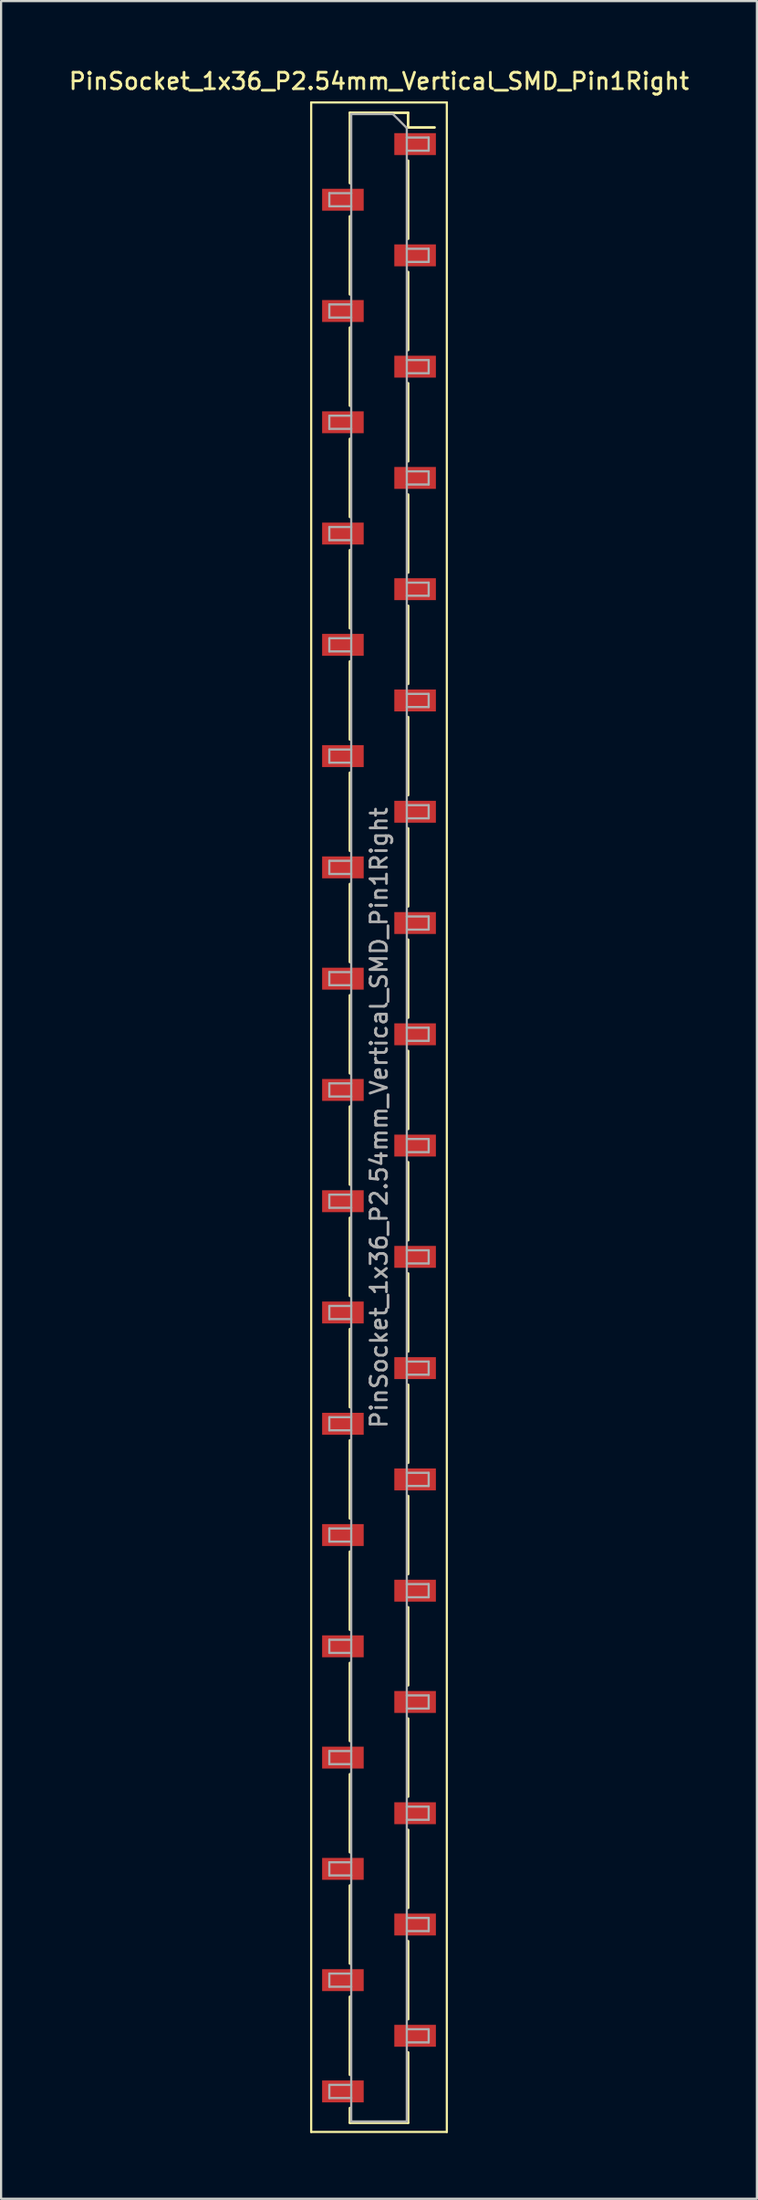
<source format=kicad_pcb>
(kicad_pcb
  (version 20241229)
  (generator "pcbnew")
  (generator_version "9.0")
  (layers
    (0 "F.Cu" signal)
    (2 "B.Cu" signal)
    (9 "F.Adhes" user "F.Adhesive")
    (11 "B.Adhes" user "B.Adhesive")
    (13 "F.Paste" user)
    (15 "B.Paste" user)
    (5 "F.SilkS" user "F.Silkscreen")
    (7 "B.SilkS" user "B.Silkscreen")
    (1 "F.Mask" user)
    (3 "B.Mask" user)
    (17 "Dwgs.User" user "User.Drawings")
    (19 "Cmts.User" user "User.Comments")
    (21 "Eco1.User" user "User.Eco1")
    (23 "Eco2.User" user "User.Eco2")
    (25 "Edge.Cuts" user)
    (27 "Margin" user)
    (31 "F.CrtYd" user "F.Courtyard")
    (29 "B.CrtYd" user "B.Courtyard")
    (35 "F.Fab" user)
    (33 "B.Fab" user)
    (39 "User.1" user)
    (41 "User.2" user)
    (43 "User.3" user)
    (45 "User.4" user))
  (footprint "PinSocket_1x36_P2.54mm_Vertical_SMD_Pin1Right"
    (layer "F.Cu")
    (at 14.273 47.978)
    (property "Reference" "PinSocket_1x36_P2.54mm_Vertical_SMD_Pin1Right" (at 0 -47.32 0) (layer "F.SilkS") (effects (font (size 0.75 0.75) (thickness 0.125))))
    (attr smd)
    (fp_line (start -3.1 -46.35) (end 3.1 -46.35) (stroke (width 0.1) (type solid)) (layer "F.SilkS"))
    (fp_line (start -3.1 46.3) (end -3.1 -46.35) (stroke (width 0.1) (type solid)) (layer "F.SilkS"))
    (fp_line (start -1.33 -45.88) (end -1.33 -42.67) (stroke (width 0.12) (type solid)) (layer "F.SilkS"))
    (fp_line (start -1.33 -45.88) (end 1.33 -45.88) (stroke (width 0.12) (type solid)) (layer "F.SilkS"))
    (fp_line (start -1.33 -41.15) (end -1.33 -37.59) (stroke (width 0.12) (type solid)) (layer "F.SilkS"))
    (fp_line (start -1.33 -36.07) (end -1.33 -32.51) (stroke (width 0.12) (type solid)) (layer "F.SilkS"))
    (fp_line (start -1.33 -30.99) (end -1.33 -27.43) (stroke (width 0.12) (type solid)) (layer "F.SilkS"))
    (fp_line (start -1.33 -25.91) (end -1.33 -22.35) (stroke (width 0.12) (type solid)) (layer "F.SilkS"))
    (fp_line (start -1.33 -20.83) (end -1.33 -17.27) (stroke (width 0.12) (type solid)) (layer "F.SilkS"))
    (fp_line (start -1.33 -15.75) (end -1.33 -12.19) (stroke (width 0.12) (type solid)) (layer "F.SilkS"))
    (fp_line (start -1.33 -10.67) (end -1.33 -7.11) (stroke (width 0.12) (type solid)) (layer "F.SilkS"))
    (fp_line (start -1.33 -5.59) (end -1.33 -2.03) (stroke (width 0.12) (type solid)) (layer "F.SilkS"))
    (fp_line (start -1.33 -0.51) (end -1.33 3.05) (stroke (width 0.12) (type solid)) (layer "F.SilkS"))
    (fp_line (start -1.33 4.57) (end -1.33 8.13) (stroke (width 0.12) (type solid)) (layer "F.SilkS"))
    (fp_line (start -1.33 9.65) (end -1.33 13.21) (stroke (width 0.12) (type solid)) (layer "F.SilkS"))
    (fp_line (start -1.33 14.73) (end -1.33 18.29) (stroke (width 0.12) (type solid)) (layer "F.SilkS"))
    (fp_line (start -1.33 19.81) (end -1.33 23.37) (stroke (width 0.12) (type solid)) (layer "F.SilkS"))
    (fp_line (start -1.33 24.89) (end -1.33 28.45) (stroke (width 0.12) (type solid)) (layer "F.SilkS"))
    (fp_line (start -1.33 29.97) (end -1.33 33.53) (stroke (width 0.12) (type solid)) (layer "F.SilkS"))
    (fp_line (start -1.33 35.05) (end -1.33 38.61) (stroke (width 0.12) (type solid)) (layer "F.SilkS"))
    (fp_line (start -1.33 40.13) (end -1.33 43.69) (stroke (width 0.12) (type solid)) (layer "F.SilkS"))
    (fp_line (start -1.33 45.21) (end -1.33 45.88) (stroke (width 0.12) (type solid)) (layer "F.SilkS"))
    (fp_line (start -1.33 45.88) (end 1.33 45.88) (stroke (width 0.12) (type solid)) (layer "F.SilkS"))
    (fp_line (start 1.33 -45.88) (end 1.33 -45.21) (stroke (width 0.12) (type solid)) (layer "F.SilkS"))
    (fp_line (start 1.33 -45.21) (end 2.54 -45.21) (stroke (width 0.12) (type solid)) (layer "F.SilkS"))
    (fp_line (start 1.33 -43.69) (end 1.33 -40.13) (stroke (width 0.12) (type solid)) (layer "F.SilkS"))
    (fp_line (start 1.33 -38.61) (end 1.33 -35.05) (stroke (width 0.12) (type solid)) (layer "F.SilkS"))
    (fp_line (start 1.33 -33.53) (end 1.33 -29.97) (stroke (width 0.12) (type solid)) (layer "F.SilkS"))
    (fp_line (start 1.33 -28.45) (end 1.33 -24.89) (stroke (width 0.12) (type solid)) (layer "F.SilkS"))
    (fp_line (start 1.33 -23.37) (end 1.33 -19.81) (stroke (width 0.12) (type solid)) (layer "F.SilkS"))
    (fp_line (start 1.33 -18.29) (end 1.33 -14.73) (stroke (width 0.12) (type solid)) (layer "F.SilkS"))
    (fp_line (start 1.33 -13.21) (end 1.33 -9.65) (stroke (width 0.12) (type solid)) (layer "F.SilkS"))
    (fp_line (start 1.33 -8.13) (end 1.33 -4.57) (stroke (width 0.12) (type solid)) (layer "F.SilkS"))
    (fp_line (start 1.33 -3.05) (end 1.33 0.51) (stroke (width 0.12) (type solid)) (layer "F.SilkS"))
    (fp_line (start 1.33 2.03) (end 1.33 5.59) (stroke (width 0.12) (type solid)) (layer "F.SilkS"))
    (fp_line (start 1.33 7.11) (end 1.33 10.67) (stroke (width 0.12) (type solid)) (layer "F.SilkS"))
    (fp_line (start 1.33 12.19) (end 1.33 15.75) (stroke (width 0.12) (type solid)) (layer "F.SilkS"))
    (fp_line (start 1.33 17.27) (end 1.33 20.83) (stroke (width 0.12) (type solid)) (layer "F.SilkS"))
    (fp_line (start 1.33 22.35) (end 1.33 25.91) (stroke (width 0.12) (type solid)) (layer "F.SilkS"))
    (fp_line (start 1.33 27.43) (end 1.33 30.99) (stroke (width 0.12) (type solid)) (layer "F.SilkS"))
    (fp_line (start 1.33 32.51) (end 1.33 36.07) (stroke (width 0.12) (type solid)) (layer "F.SilkS"))
    (fp_line (start 1.33 37.59) (end 1.33 41.15) (stroke (width 0.12) (type solid)) (layer "F.SilkS"))
    (fp_line (start 1.33 42.67) (end 1.33 45.88) (stroke (width 0.12) (type solid)) (layer "F.SilkS"))
    (fp_line (start 3.1 -46.35) (end 3.1 46.3) (stroke (width 0.1) (type solid)) (layer "F.SilkS"))
    (fp_line (start 3.1 46.3) (end -3.1 46.3) (stroke (width 0.1) (type solid)) (layer "F.SilkS"))
    (fp_line (start -2.27 -42.21) (end -1.27 -42.21) (stroke (width 0.1) (type solid)) (layer "F.Fab"))
    (fp_line (start -2.27 -41.61) (end -2.27 -42.21) (stroke (width 0.1) (type solid)) (layer "F.Fab"))
    (fp_line (start -2.27 -37.13) (end -1.27 -37.13) (stroke (width 0.1) (type solid)) (layer "F.Fab"))
    (fp_line (start -2.27 -36.53) (end -2.27 -37.13) (stroke (width 0.1) (type solid)) (layer "F.Fab"))
    (fp_line (start -2.27 -32.05) (end -1.27 -32.05) (stroke (width 0.1) (type solid)) (layer "F.Fab"))
    (fp_line (start -2.27 -31.45) (end -2.27 -32.05) (stroke (width 0.1) (type solid)) (layer "F.Fab"))
    (fp_line (start -2.27 -26.97) (end -1.27 -26.97) (stroke (width 0.1) (type solid)) (layer "F.Fab"))
    (fp_line (start -2.27 -26.37) (end -2.27 -26.97) (stroke (width 0.1) (type solid)) (layer "F.Fab"))
    (fp_line (start -2.27 -21.89) (end -1.27 -21.89) (stroke (width 0.1) (type solid)) (layer "F.Fab"))
    (fp_line (start -2.27 -21.29) (end -2.27 -21.89) (stroke (width 0.1) (type solid)) (layer "F.Fab"))
    (fp_line (start -2.27 -16.81) (end -1.27 -16.81) (stroke (width 0.1) (type solid)) (layer "F.Fab"))
    (fp_line (start -2.27 -16.21) (end -2.27 -16.81) (stroke (width 0.1) (type solid)) (layer "F.Fab"))
    (fp_line (start -2.27 -11.73) (end -1.27 -11.73) (stroke (width 0.1) (type solid)) (layer "F.Fab"))
    (fp_line (start -2.27 -11.13) (end -2.27 -11.73) (stroke (width 0.1) (type solid)) (layer "F.Fab"))
    (fp_line (start -2.27 -6.65) (end -1.27 -6.65) (stroke (width 0.1) (type solid)) (layer "F.Fab"))
    (fp_line (start -2.27 -6.05) (end -2.27 -6.65) (stroke (width 0.1) (type solid)) (layer "F.Fab"))
    (fp_line (start -2.27 -1.57) (end -1.27 -1.57) (stroke (width 0.1) (type solid)) (layer "F.Fab"))
    (fp_line (start -2.27 -0.97) (end -2.27 -1.57) (stroke (width 0.1) (type solid)) (layer "F.Fab"))
    (fp_line (start -2.27 3.51) (end -1.27 3.51) (stroke (width 0.1) (type solid)) (layer "F.Fab"))
    (fp_line (start -2.27 4.11) (end -2.27 3.51) (stroke (width 0.1) (type solid)) (layer "F.Fab"))
    (fp_line (start -2.27 8.59) (end -1.27 8.59) (stroke (width 0.1) (type solid)) (layer "F.Fab"))
    (fp_line (start -2.27 9.19) (end -2.27 8.59) (stroke (width 0.1) (type solid)) (layer "F.Fab"))
    (fp_line (start -2.27 13.67) (end -1.27 13.67) (stroke (width 0.1) (type solid)) (layer "F.Fab"))
    (fp_line (start -2.27 14.27) (end -2.27 13.67) (stroke (width 0.1) (type solid)) (layer "F.Fab"))
    (fp_line (start -2.27 18.75) (end -1.27 18.75) (stroke (width 0.1) (type solid)) (layer "F.Fab"))
    (fp_line (start -2.27 19.35) (end -2.27 18.75) (stroke (width 0.1) (type solid)) (layer "F.Fab"))
    (fp_line (start -2.27 23.83) (end -1.27 23.83) (stroke (width 0.1) (type solid)) (layer "F.Fab"))
    (fp_line (start -2.27 24.43) (end -2.27 23.83) (stroke (width 0.1) (type solid)) (layer "F.Fab"))
    (fp_line (start -2.27 28.91) (end -1.27 28.91) (stroke (width 0.1) (type solid)) (layer "F.Fab"))
    (fp_line (start -2.27 29.51) (end -2.27 28.91) (stroke (width 0.1) (type solid)) (layer "F.Fab"))
    (fp_line (start -2.27 33.99) (end -1.27 33.99) (stroke (width 0.1) (type solid)) (layer "F.Fab"))
    (fp_line (start -2.27 34.59) (end -2.27 33.99) (stroke (width 0.1) (type solid)) (layer "F.Fab"))
    (fp_line (start -2.27 39.07) (end -1.27 39.07) (stroke (width 0.1) (type solid)) (layer "F.Fab"))
    (fp_line (start -2.27 39.67) (end -2.27 39.07) (stroke (width 0.1) (type solid)) (layer "F.Fab"))
    (fp_line (start -2.27 44.15) (end -1.27 44.15) (stroke (width 0.1) (type solid)) (layer "F.Fab"))
    (fp_line (start -2.27 44.75) (end -2.27 44.15) (stroke (width 0.1) (type solid)) (layer "F.Fab"))
    (fp_line (start -1.27 -45.82) (end 0.635 -45.82) (stroke (width 0.1) (type solid)) (layer "F.Fab"))
    (fp_line (start -1.27 -41.61) (end -2.27 -41.61) (stroke (width 0.1) (type solid)) (layer "F.Fab"))
    (fp_line (start -1.27 -36.53) (end -2.27 -36.53) (stroke (width 0.1) (type solid)) (layer "F.Fab"))
    (fp_line (start -1.27 -31.45) (end -2.27 -31.45) (stroke (width 0.1) (type solid)) (layer "F.Fab"))
    (fp_line (start -1.27 -26.37) (end -2.27 -26.37) (stroke (width 0.1) (type solid)) (layer "F.Fab"))
    (fp_line (start -1.27 -21.29) (end -2.27 -21.29) (stroke (width 0.1) (type solid)) (layer "F.Fab"))
    (fp_line (start -1.27 -16.21) (end -2.27 -16.21) (stroke (width 0.1) (type solid)) (layer "F.Fab"))
    (fp_line (start -1.27 -11.13) (end -2.27 -11.13) (stroke (width 0.1) (type solid)) (layer "F.Fab"))
    (fp_line (start -1.27 -6.05) (end -2.27 -6.05) (stroke (width 0.1) (type solid)) (layer "F.Fab"))
    (fp_line (start -1.27 -0.97) (end -2.27 -0.97) (stroke (width 0.1) (type solid)) (layer "F.Fab"))
    (fp_line (start -1.27 4.11) (end -2.27 4.11) (stroke (width 0.1) (type solid)) (layer "F.Fab"))
    (fp_line (start -1.27 9.19) (end -2.27 9.19) (stroke (width 0.1) (type solid)) (layer "F.Fab"))
    (fp_line (start -1.27 14.27) (end -2.27 14.27) (stroke (width 0.1) (type solid)) (layer "F.Fab"))
    (fp_line (start -1.27 19.35) (end -2.27 19.35) (stroke (width 0.1) (type solid)) (layer "F.Fab"))
    (fp_line (start -1.27 24.43) (end -2.27 24.43) (stroke (width 0.1) (type solid)) (layer "F.Fab"))
    (fp_line (start -1.27 29.51) (end -2.27 29.51) (stroke (width 0.1) (type solid)) (layer "F.Fab"))
    (fp_line (start -1.27 34.59) (end -2.27 34.59) (stroke (width 0.1) (type solid)) (layer "F.Fab"))
    (fp_line (start -1.27 39.67) (end -2.27 39.67) (stroke (width 0.1) (type solid)) (layer "F.Fab"))
    (fp_line (start -1.27 44.75) (end -2.27 44.75) (stroke (width 0.1) (type solid)) (layer "F.Fab"))
    (fp_line (start -1.27 45.82) (end -1.27 -45.82) (stroke (width 0.1) (type solid)) (layer "F.Fab"))
    (fp_line (start 0.635 -45.82) (end 1.27 -45.185) (stroke (width 0.1) (type solid)) (layer "F.Fab"))
    (fp_line (start 1.27 -45.185) (end 1.27 45.82) (stroke (width 0.1) (type solid)) (layer "F.Fab"))
    (fp_line (start 1.27 -44.75) (end 2.27 -44.75) (stroke (width 0.1) (type solid)) (layer "F.Fab"))
    (fp_line (start 1.27 -39.67) (end 2.27 -39.67) (stroke (width 0.1) (type solid)) (layer "F.Fab"))
    (fp_line (start 1.27 -34.59) (end 2.27 -34.59) (stroke (width 0.1) (type solid)) (layer "F.Fab"))
    (fp_line (start 1.27 -29.51) (end 2.27 -29.51) (stroke (width 0.1) (type solid)) (layer "F.Fab"))
    (fp_line (start 1.27 -24.43) (end 2.27 -24.43) (stroke (width 0.1) (type solid)) (layer "F.Fab"))
    (fp_line (start 1.27 -19.35) (end 2.27 -19.35) (stroke (width 0.1) (type solid)) (layer "F.Fab"))
    (fp_line (start 1.27 -14.27) (end 2.27 -14.27) (stroke (width 0.1) (type solid)) (layer "F.Fab"))
    (fp_line (start 1.27 -9.19) (end 2.27 -9.19) (stroke (width 0.1) (type solid)) (layer "F.Fab"))
    (fp_line (start 1.27 -4.11) (end 2.27 -4.11) (stroke (width 0.1) (type solid)) (layer "F.Fab"))
    (fp_line (start 1.27 0.97) (end 2.27 0.97) (stroke (width 0.1) (type solid)) (layer "F.Fab"))
    (fp_line (start 1.27 6.05) (end 2.27 6.05) (stroke (width 0.1) (type solid)) (layer "F.Fab"))
    (fp_line (start 1.27 11.13) (end 2.27 11.13) (stroke (width 0.1) (type solid)) (layer "F.Fab"))
    (fp_line (start 1.27 16.21) (end 2.27 16.21) (stroke (width 0.1) (type solid)) (layer "F.Fab"))
    (fp_line (start 1.27 21.29) (end 2.27 21.29) (stroke (width 0.1) (type solid)) (layer "F.Fab"))
    (fp_line (start 1.27 26.37) (end 2.27 26.37) (stroke (width 0.1) (type solid)) (layer "F.Fab"))
    (fp_line (start 1.27 31.45) (end 2.27 31.45) (stroke (width 0.1) (type solid)) (layer "F.Fab"))
    (fp_line (start 1.27 36.53) (end 2.27 36.53) (stroke (width 0.1) (type solid)) (layer "F.Fab"))
    (fp_line (start 1.27 41.61) (end 2.27 41.61) (stroke (width 0.1) (type solid)) (layer "F.Fab"))
    (fp_line (start 1.27 45.82) (end -1.27 45.82) (stroke (width 0.1) (type solid)) (layer "F.Fab"))
    (fp_line (start 2.27 -44.75) (end 2.27 -44.15) (stroke (width 0.1) (type solid)) (layer "F.Fab"))
    (fp_line (start 2.27 -44.15) (end 1.27 -44.15) (stroke (width 0.1) (type solid)) (layer "F.Fab"))
    (fp_line (start 2.27 -39.67) (end 2.27 -39.07) (stroke (width 0.1) (type solid)) (layer "F.Fab"))
    (fp_line (start 2.27 -39.07) (end 1.27 -39.07) (stroke (width 0.1) (type solid)) (layer "F.Fab"))
    (fp_line (start 2.27 -34.59) (end 2.27 -33.99) (stroke (width 0.1) (type solid)) (layer "F.Fab"))
    (fp_line (start 2.27 -33.99) (end 1.27 -33.99) (stroke (width 0.1) (type solid)) (layer "F.Fab"))
    (fp_line (start 2.27 -29.51) (end 2.27 -28.91) (stroke (width 0.1) (type solid)) (layer "F.Fab"))
    (fp_line (start 2.27 -28.91) (end 1.27 -28.91) (stroke (width 0.1) (type solid)) (layer "F.Fab"))
    (fp_line (start 2.27 -24.43) (end 2.27 -23.83) (stroke (width 0.1) (type solid)) (layer "F.Fab"))
    (fp_line (start 2.27 -23.83) (end 1.27 -23.83) (stroke (width 0.1) (type solid)) (layer "F.Fab"))
    (fp_line (start 2.27 -19.35) (end 2.27 -18.75) (stroke (width 0.1) (type solid)) (layer "F.Fab"))
    (fp_line (start 2.27 -18.75) (end 1.27 -18.75) (stroke (width 0.1) (type solid)) (layer "F.Fab"))
    (fp_line (start 2.27 -14.27) (end 2.27 -13.67) (stroke (width 0.1) (type solid)) (layer "F.Fab"))
    (fp_line (start 2.27 -13.67) (end 1.27 -13.67) (stroke (width 0.1) (type solid)) (layer "F.Fab"))
    (fp_line (start 2.27 -9.19) (end 2.27 -8.59) (stroke (width 0.1) (type solid)) (layer "F.Fab"))
    (fp_line (start 2.27 -8.59) (end 1.27 -8.59) (stroke (width 0.1) (type solid)) (layer "F.Fab"))
    (fp_line (start 2.27 -4.11) (end 2.27 -3.51) (stroke (width 0.1) (type solid)) (layer "F.Fab"))
    (fp_line (start 2.27 -3.51) (end 1.27 -3.51) (stroke (width 0.1) (type solid)) (layer "F.Fab"))
    (fp_line (start 2.27 0.97) (end 2.27 1.57) (stroke (width 0.1) (type solid)) (layer "F.Fab"))
    (fp_line (start 2.27 1.57) (end 1.27 1.57) (stroke (width 0.1) (type solid)) (layer "F.Fab"))
    (fp_line (start 2.27 6.05) (end 2.27 6.65) (stroke (width 0.1) (type solid)) (layer "F.Fab"))
    (fp_line (start 2.27 6.65) (end 1.27 6.65) (stroke (width 0.1) (type solid)) (layer "F.Fab"))
    (fp_line (start 2.27 11.13) (end 2.27 11.73) (stroke (width 0.1) (type solid)) (layer "F.Fab"))
    (fp_line (start 2.27 11.73) (end 1.27 11.73) (stroke (width 0.1) (type solid)) (layer "F.Fab"))
    (fp_line (start 2.27 16.21) (end 2.27 16.81) (stroke (width 0.1) (type solid)) (layer "F.Fab"))
    (fp_line (start 2.27 16.81) (end 1.27 16.81) (stroke (width 0.1) (type solid)) (layer "F.Fab"))
    (fp_line (start 2.27 21.29) (end 2.27 21.89) (stroke (width 0.1) (type solid)) (layer "F.Fab"))
    (fp_line (start 2.27 21.89) (end 1.27 21.89) (stroke (width 0.1) (type solid)) (layer "F.Fab"))
    (fp_line (start 2.27 26.37) (end 2.27 26.97) (stroke (width 0.1) (type solid)) (layer "F.Fab"))
    (fp_line (start 2.27 26.97) (end 1.27 26.97) (stroke (width 0.1) (type solid)) (layer "F.Fab"))
    (fp_line (start 2.27 31.45) (end 2.27 32.05) (stroke (width 0.1) (type solid)) (layer "F.Fab"))
    (fp_line (start 2.27 32.05) (end 1.27 32.05) (stroke (width 0.1) (type solid)) (layer "F.Fab"))
    (fp_line (start 2.27 36.53) (end 2.27 37.13) (stroke (width 0.1) (type solid)) (layer "F.Fab"))
    (fp_line (start 2.27 37.13) (end 1.27 37.13) (stroke (width 0.1) (type solid)) (layer "F.Fab"))
    (fp_line (start 2.27 41.61) (end 2.27 42.21) (stroke (width 0.1) (type solid)) (layer "F.Fab"))
    (fp_line (start 2.27 42.21) (end 1.27 42.21) (stroke (width 0.1) (type solid)) (layer "F.Fab"))
    (fp_text user "${REFERENCE}" (at 0 0 90) (layer "F.Fab") (effects (font (size 0.75 0.75) (thickness 0.125))))
    (pad "1" smd rect (at 1.65 -44.45) (size 1.9 1) (layers "F.Cu" "F.Mask" "F.Paste"))
    (pad "2" smd rect (at -1.65 -41.91) (size 1.9 1) (layers "F.Cu" "F.Mask" "F.Paste"))
    (pad "3" smd rect (at 1.65 -39.37) (size 1.9 1) (layers "F.Cu" "F.Mask" "F.Paste"))
    (pad "4" smd rect (at -1.65 -36.83) (size 1.9 1) (layers "F.Cu" "F.Mask" "F.Paste"))
    (pad "5" smd rect (at 1.65 -34.29) (size 1.9 1) (layers "F.Cu" "F.Mask" "F.Paste"))
    (pad "6" smd rect (at -1.65 -31.75) (size 1.9 1) (layers "F.Cu" "F.Mask" "F.Paste"))
    (pad "7" smd rect (at 1.65 -29.21) (size 1.9 1) (layers "F.Cu" "F.Mask" "F.Paste"))
    (pad "8" smd rect (at -1.65 -26.67) (size 1.9 1) (layers "F.Cu" "F.Mask" "F.Paste"))
    (pad "9" smd rect (at 1.65 -24.13) (size 1.9 1) (layers "F.Cu" "F.Mask" "F.Paste"))
    (pad "10" smd rect (at -1.65 -21.59) (size 1.9 1) (layers "F.Cu" "F.Mask" "F.Paste"))
    (pad "11" smd rect (at 1.65 -19.05) (size 1.9 1) (layers "F.Cu" "F.Mask" "F.Paste"))
    (pad "12" smd rect (at -1.65 -16.51) (size 1.9 1) (layers "F.Cu" "F.Mask" "F.Paste"))
    (pad "13" smd rect (at 1.65 -13.97) (size 1.9 1) (layers "F.Cu" "F.Mask" "F.Paste"))
    (pad "14" smd rect (at -1.65 -11.43) (size 1.9 1) (layers "F.Cu" "F.Mask" "F.Paste"))
    (pad "15" smd rect (at 1.65 -8.89) (size 1.9 1) (layers "F.Cu" "F.Mask" "F.Paste"))
    (pad "16" smd rect (at -1.65 -6.35) (size 1.9 1) (layers "F.Cu" "F.Mask" "F.Paste"))
    (pad "17" smd rect (at 1.65 -3.81) (size 1.9 1) (layers "F.Cu" "F.Mask" "F.Paste"))
    (pad "18" smd rect (at -1.65 -1.27) (size 1.9 1) (layers "F.Cu" "F.Mask" "F.Paste"))
    (pad "19" smd rect (at 1.65 1.27) (size 1.9 1) (layers "F.Cu" "F.Mask" "F.Paste"))
    (pad "20" smd rect (at -1.65 3.81) (size 1.9 1) (layers "F.Cu" "F.Mask" "F.Paste"))
    (pad "21" smd rect (at 1.65 6.35) (size 1.9 1) (layers "F.Cu" "F.Mask" "F.Paste"))
    (pad "22" smd rect (at -1.65 8.89) (size 1.9 1) (layers "F.Cu" "F.Mask" "F.Paste"))
    (pad "23" smd rect (at 1.65 11.43) (size 1.9 1) (layers "F.Cu" "F.Mask" "F.Paste"))
    (pad "24" smd rect (at -1.65 13.97) (size 1.9 1) (layers "F.Cu" "F.Mask" "F.Paste"))
    (pad "25" smd rect (at 1.65 16.51) (size 1.9 1) (layers "F.Cu" "F.Mask" "F.Paste"))
    (pad "26" smd rect (at -1.65 19.05) (size 1.9 1) (layers "F.Cu" "F.Mask" "F.Paste"))
    (pad "27" smd rect (at 1.65 21.59) (size 1.9 1) (layers "F.Cu" "F.Mask" "F.Paste"))
    (pad "28" smd rect (at -1.65 24.13) (size 1.9 1) (layers "F.Cu" "F.Mask" "F.Paste"))
    (pad "29" smd rect (at 1.65 26.67) (size 1.9 1) (layers "F.Cu" "F.Mask" "F.Paste"))
    (pad "30" smd rect (at -1.65 29.21) (size 1.9 1) (layers "F.Cu" "F.Mask" "F.Paste"))
    (pad "31" smd rect (at 1.65 31.75) (size 1.9 1) (layers "F.Cu" "F.Mask" "F.Paste"))
    (pad "32" smd rect (at -1.65 34.29) (size 1.9 1) (layers "F.Cu" "F.Mask" "F.Paste"))
    (pad "33" smd rect (at 1.65 36.83) (size 1.9 1) (layers "F.Cu" "F.Mask" "F.Paste"))
    (pad "34" smd rect (at -1.65 39.37) (size 1.9 1) (layers "F.Cu" "F.Mask" "F.Paste"))
    (pad "35" smd rect (at 1.65 41.91) (size 1.9 1) (layers "F.Cu" "F.Mask" "F.Paste"))
    (pad "36" smd rect (at -1.65 44.45) (size 1.9 1) (layers "F.Cu" "F.Mask" "F.Paste")))
  (gr_rect
    (start -3 -3)
    (end 31.546 97.328)
    (stroke (width 0.1) (type default))
    (fill no)
    (layer "Edge.Cuts")))
</source>
